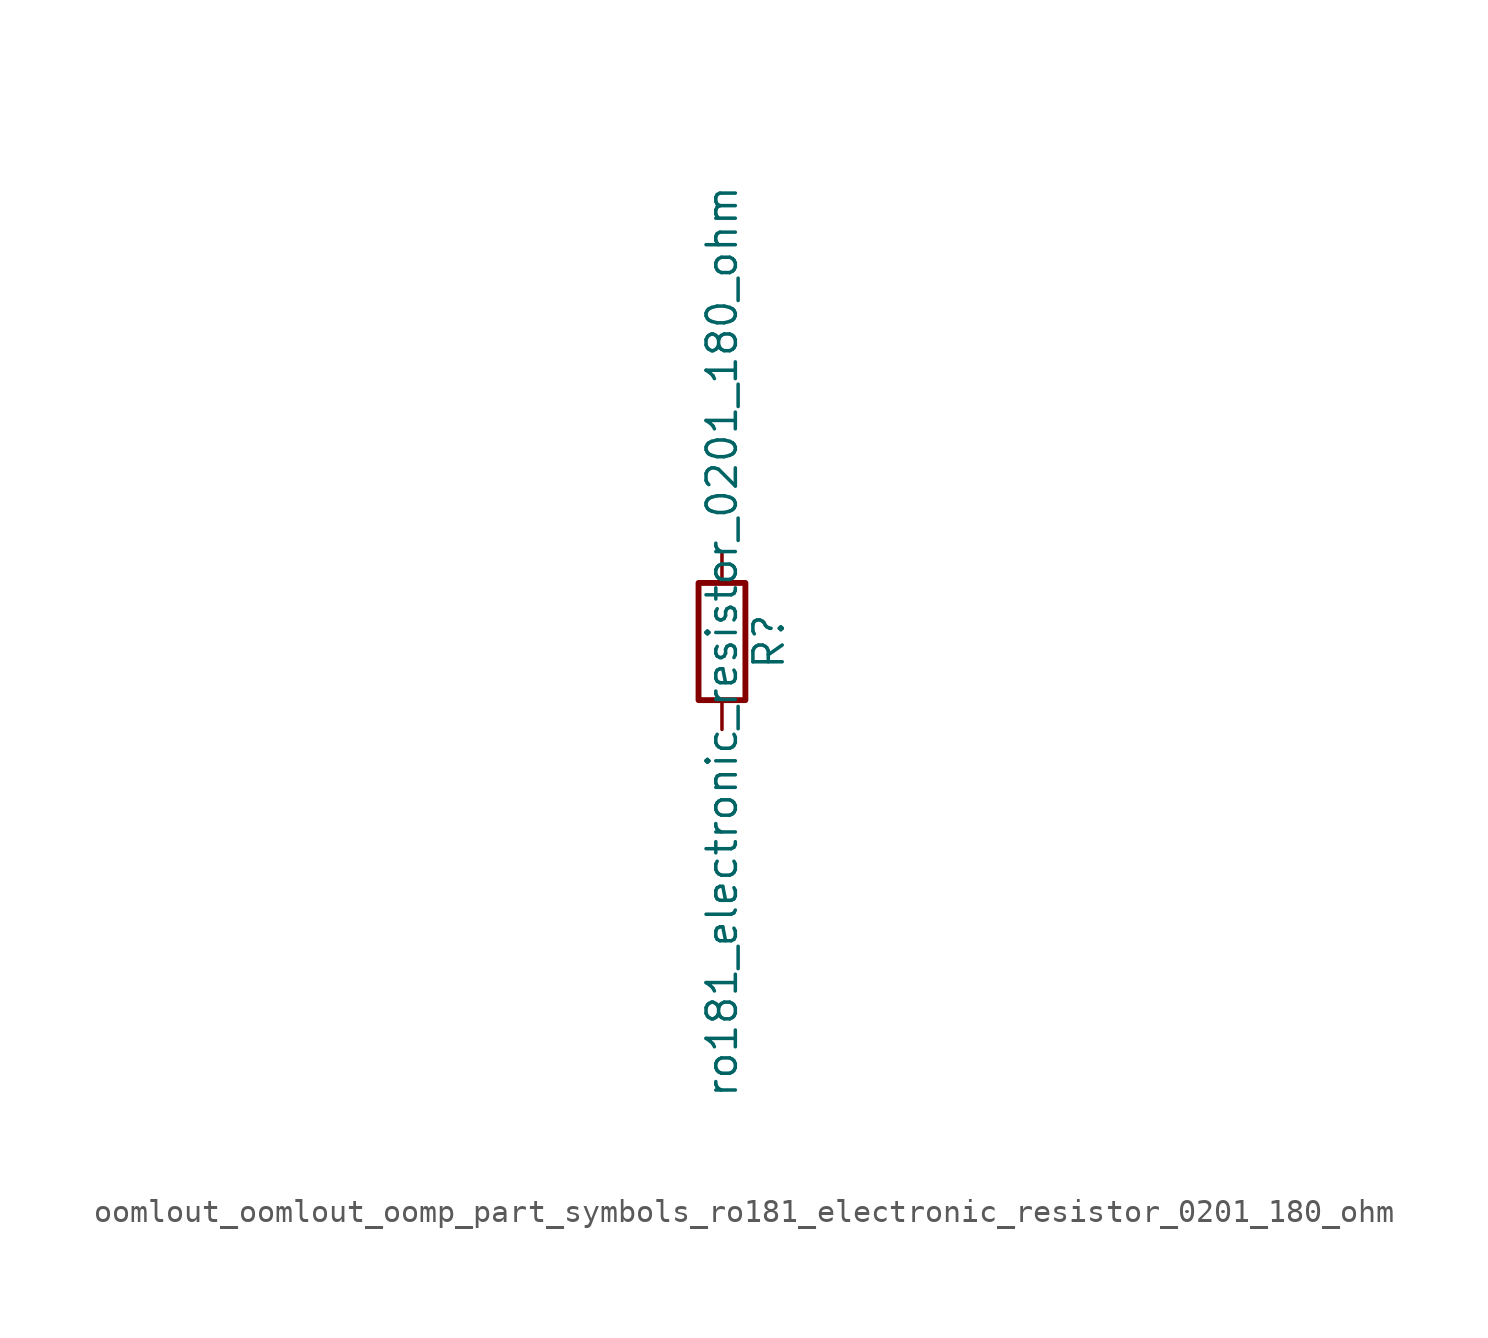
<source format=kicad_sym>
(kicad_symbol_lib
  (version 20220914)
  (generator kicad_symbol_editor)
  (symbol "oomlout_oomlout_oomp_part_symbols_ro181_electronic_resistor_0201_180_ohm"
    (pin_numbers hide)
    (pin_names
      (offset 0))
    (property "Reference" "R"
      (at 2.032 0 90)
      (effects (font (size 1.27 1.27))))
    (property "Value" "ro181_electronic_resistor_0201_180_ohm"
      (at 0 0 90)
      (effects (font (size 1.27 1.27))))
    (symbol "oomlout_oomlout_oomp_part_symbols_ro181_electronic_resistor_0201_180_ohm_0_1"
      (rectangle (start -1.016 -2.54) (end 1.016 2.54) (stroke (width 0.254) (type default)) (fill (type none))))
    (symbol "oomlout_oomlout_oomp_part_symbols_ro181_electronic_resistor_0201_180_ohm_1_1"
      (pin passive line (at 0 3.81 270) (length 1.27) (name "~" (effects (font (size 1.27 1.27)))) (number "1" (effects (font (size 1.27 1.27)))))
      (pin passive line (at 0 -3.81 90) (length 1.27) (name "~" (effects (font (size 1.27 1.27)))) (number "2" (effects (font (size 1.27 1.27))))))))
</source>
